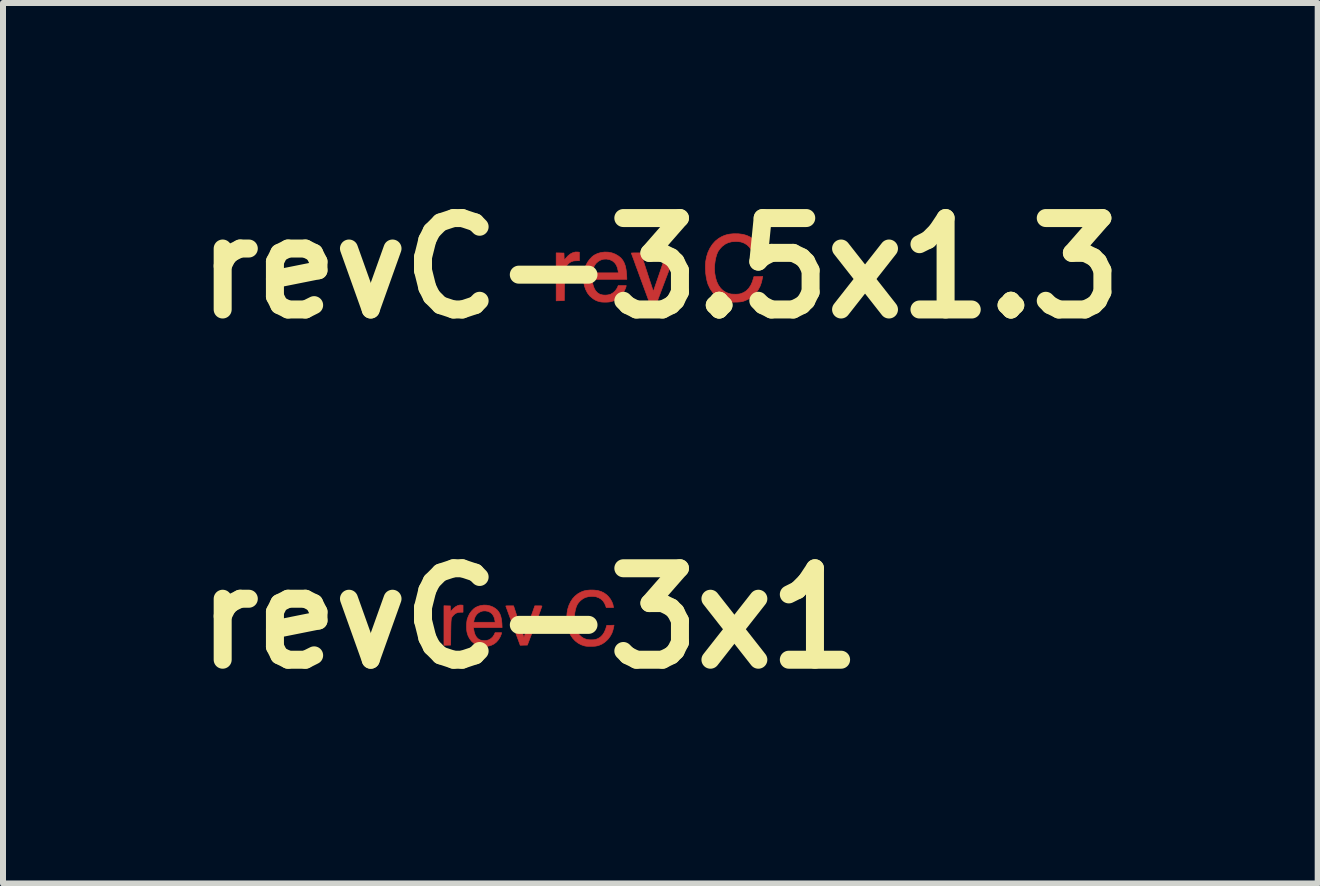
<source format=kicad_pcb>
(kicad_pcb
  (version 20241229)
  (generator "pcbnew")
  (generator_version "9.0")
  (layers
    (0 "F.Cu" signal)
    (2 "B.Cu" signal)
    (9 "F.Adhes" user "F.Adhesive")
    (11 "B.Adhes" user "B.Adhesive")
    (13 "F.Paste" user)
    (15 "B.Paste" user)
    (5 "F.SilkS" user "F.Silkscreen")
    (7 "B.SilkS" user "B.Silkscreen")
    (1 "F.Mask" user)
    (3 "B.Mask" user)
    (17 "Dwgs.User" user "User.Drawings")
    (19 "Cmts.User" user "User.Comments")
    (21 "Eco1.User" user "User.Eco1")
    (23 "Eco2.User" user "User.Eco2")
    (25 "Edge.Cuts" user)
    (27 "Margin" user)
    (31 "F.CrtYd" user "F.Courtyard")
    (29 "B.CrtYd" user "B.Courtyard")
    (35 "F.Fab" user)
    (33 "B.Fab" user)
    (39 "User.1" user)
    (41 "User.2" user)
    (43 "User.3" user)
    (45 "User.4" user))
  (footprint "revC-3.5x1.3"
    (layer "F.Cu")
    (at 7.954 1.418)
    (property "Reference" "revC-3.5x1.3" (at 0 0 0) (layer "F.SilkS") (effects (font (size 1.524 1.524) (thickness 0.3))))
    (attr through_hole)
    (fp_poly (pts (xy -1.372 -0.268) (xy -1.349 -0.265) (xy -1.349 -0.194) (xy -1.349 -0.124) (xy -1.399 -0.123) (xy -1.444 -0.12) (xy -1.481 -0.109) (xy -1.514 -0.089) (xy -1.539 -0.066) (xy -1.552 -0.052) (xy -1.562 -0.041) (xy -1.571 -0.029) (xy -1.577 -0.017) (xy -1.583 -0.002) (xy -1.587 0.016) (xy -1.59 0.039) (xy -1.592 0.067) (xy -1.594 0.102) (xy -1.595 0.145) (xy -1.596 0.198) (xy -1.596 0.261) (xy -1.597 0.281) (xy -1.6 0.541) (xy -1.668 0.543) (xy -1.736 0.545) (xy -1.736 -0.254) (xy -1.671 -0.253) (xy -1.606 -0.251) (xy -1.604 -0.192) (xy -1.602 -0.133) (xy -1.579 -0.162) (xy -1.54 -0.204) (xy -1.499 -0.237) (xy -1.457 -0.258) (xy -1.414 -0.269) (xy -1.372 -0.268)) (stroke (width 0.01) (type solid)) (fill yes) (layer "F.Cu"))
    (fp_poly (pts (xy -0.263 -0.059) (xy -0.246 -0.005) (xy -0.227 0.051) (xy -0.209 0.108) (xy -0.191 0.163) (xy -0.175 0.212) (xy -0.161 0.253) (xy -0.158 0.262) (xy -0.117 0.388) (xy -0.018 0.099) (xy 0.002 0.041) (xy 0.02 -0.014) (xy 0.038 -0.065) (xy 0.054 -0.112) (xy 0.068 -0.152) (xy 0.079 -0.184) (xy 0.087 -0.208) (xy 0.092 -0.221) (xy 0.092 -0.222) (xy 0.104 -0.254) (xy 0.176 -0.254) (xy 0.208 -0.254) (xy 0.23 -0.252) (xy 0.243 -0.25) (xy 0.248 -0.247) (xy 0.248 -0.246) (xy 0.246 -0.24) (xy 0.24 -0.222) (xy 0.23 -0.196) (xy 0.217 -0.161) (xy 0.201 -0.118) (xy 0.183 -0.069) (xy 0.162 -0.014) (xy 0.14 0.046) (xy 0.116 0.11) (xy 0.1 0.151) (xy -0.047 0.541) (xy -0.119 0.543) (xy -0.192 0.545) (xy -0.338 0.149) (xy -0.362 0.083) (xy -0.385 0.02) (xy -0.407 -0.038) (xy -0.426 -0.092) (xy -0.443 -0.139) (xy -0.458 -0.179) (xy -0.47 -0.211) (xy -0.478 -0.234) (xy -0.483 -0.248) (xy -0.484 -0.251) (xy -0.478 -0.252) (xy -0.463 -0.253) (xy -0.44 -0.254) (xy -0.411 -0.254) (xy -0.405 -0.254) (xy -0.327 -0.254) (xy -0.263 -0.059)) (stroke (width 0.01) (type solid)) (fill yes) (layer "F.Cu"))
    (fp_poly (pts (xy -0.867 -0.266) (xy -0.806 -0.254) (xy -0.748 -0.232) (xy -0.745 -0.23) (xy -0.698 -0.202) (xy -0.658 -0.17) (xy -0.626 -0.131) (xy -0.601 -0.085) (xy -0.582 -0.032) (xy -0.57 0.03) (xy -0.562 0.102) (xy -0.561 0.129) (xy -0.558 0.187) (xy -1.138 0.187) (xy -1.134 0.216) (xy -1.122 0.28) (xy -1.103 0.334) (xy -1.079 0.377) (xy -1.047 0.411) (xy -1.01 0.434) (xy -0.996 0.439) (xy -0.957 0.448) (xy -0.913 0.45) (xy -0.87 0.446) (xy -0.832 0.436) (xy -0.825 0.433) (xy -0.785 0.409) (xy -0.75 0.376) (xy -0.723 0.338) (xy -0.717 0.326) (xy -0.701 0.29) (xy -0.569 0.29) (xy -0.572 0.31) (xy -0.576 0.324) (xy -0.585 0.345) (xy -0.596 0.37) (xy -0.601 0.381) (xy -0.633 0.435) (xy -0.674 0.481) (xy -0.723 0.518) (xy -0.778 0.545) (xy -0.827 0.56) (xy -0.861 0.565) (xy -0.9 0.567) (xy -0.941 0.567) (xy -0.978 0.565) (xy -1.009 0.56) (xy -1.014 0.559) (xy -1.05 0.548) (xy -1.08 0.535) (xy -1.109 0.518) (xy -1.129 0.504) (xy -1.176 0.464) (xy -1.215 0.414) (xy -1.245 0.355) (xy -1.265 0.297) (xy -1.273 0.259) (xy -1.277 0.213) (xy -1.279 0.163) (xy -1.277 0.113) (xy -1.274 0.079) (xy -1.133 0.079) (xy -0.7 0.079) (xy -0.703 0.05) (xy -0.715 -0.006) (xy -0.735 -0.053) (xy -0.763 -0.091) (xy -0.798 -0.12) (xy -0.841 -0.14) (xy -0.846 -0.141) (xy -0.897 -0.151) (xy -0.946 -0.149) (xy -0.991 -0.136) (xy -1.032 -0.114) (xy -1.068 -0.083) (xy -1.097 -0.045) (xy -1.117 0.001) (xy -1.129 0.05) (xy -1.133 0.079) (xy -1.274 0.079) (xy -1.273 0.066) (xy -1.266 0.026) (xy -1.265 0.021) (xy -1.244 -0.039) (xy -1.215 -0.095) (xy -1.179 -0.146) (xy -1.138 -0.189) (xy -1.103 -0.216) (xy -1.049 -0.243) (xy -0.991 -0.26) (xy -0.929 -0.268) (xy -0.867 -0.266)) (stroke (width 0.01) (type solid)) (fill yes) (layer "F.Cu"))
    (fp_poly (pts (xy 1.303 -0.572) (xy 1.376 -0.563) (xy 1.442 -0.544) (xy 1.501 -0.516) (xy 1.555 -0.478) (xy 1.589 -0.445) (xy 1.63 -0.394) (xy 1.661 -0.34) (xy 1.683 -0.285) (xy 1.691 -0.245) (xy 1.695 -0.218) (xy 1.549 -0.218) (xy 1.539 -0.249) (xy 1.516 -0.304) (xy 1.484 -0.35) (xy 1.444 -0.388) (xy 1.396 -0.417) (xy 1.343 -0.436) (xy 1.321 -0.439) (xy 1.292 -0.442) (xy 1.262 -0.443) (xy 1.252 -0.443) (xy 1.188 -0.439) (xy 1.131 -0.424) (xy 1.081 -0.4) (xy 1.034 -0.365) (xy 1.014 -0.345) (xy 0.995 -0.323) (xy 0.977 -0.299) (xy 0.963 -0.279) (xy 0.96 -0.275) (xy 0.941 -0.23) (xy 0.925 -0.176) (xy 0.913 -0.116) (xy 0.905 -0.053) (xy 0.903 0.011) (xy 0.906 0.072) (xy 0.906 0.079) (xy 0.919 0.155) (xy 0.939 0.223) (xy 0.967 0.282) (xy 1.002 0.332) (xy 1.044 0.373) (xy 1.093 0.404) (xy 1.148 0.425) (xy 1.152 0.426) (xy 1.182 0.432) (xy 1.22 0.434) (xy 1.259 0.435) (xy 1.297 0.433) (xy 1.328 0.429) (xy 1.334 0.427) (xy 1.387 0.407) (xy 1.433 0.377) (xy 1.473 0.336) (xy 1.507 0.286) (xy 1.534 0.226) (xy 1.544 0.192) (xy 1.559 0.142) (xy 1.632 0.14) (xy 1.706 0.139) (xy 1.702 0.162) (xy 1.686 0.235) (xy 1.663 0.3) (xy 1.632 0.358) (xy 1.593 0.412) (xy 1.566 0.441) (xy 1.517 0.485) (xy 1.465 0.518) (xy 1.407 0.544) (xy 1.394 0.548) (xy 1.374 0.555) (xy 1.355 0.559) (xy 1.335 0.562) (xy 1.31 0.564) (xy 1.279 0.566) (xy 1.249 0.566) (xy 1.208 0.567) (xy 1.177 0.566) (xy 1.152 0.565) (xy 1.131 0.562) (xy 1.111 0.558) (xy 1.108 0.557) (xy 1.04 0.534) (xy 0.977 0.5) (xy 0.921 0.457) (xy 0.872 0.405) (xy 0.83 0.345) (xy 0.798 0.278) (xy 0.793 0.266) (xy 0.777 0.211) (xy 0.764 0.148) (xy 0.755 0.08) (xy 0.751 0.011) (xy 0.751 -0.056) (xy 0.755 -0.107) (xy 0.77 -0.189) (xy 0.794 -0.265) (xy 0.827 -0.334) (xy 0.867 -0.396) (xy 0.915 -0.45) (xy 0.97 -0.494) (xy 1.025 -0.526) (xy 1.069 -0.545) (xy 1.111 -0.558) (xy 1.156 -0.567) (xy 1.208 -0.572) (xy 1.222 -0.573) (xy 1.303 -0.572)) (stroke (width 0.01) (type solid)) (fill yes) (layer "F.Cu")))
  (footprint "revC-3x1"
    (layer "F.Cu")
    (at 5.777 7.254)
    (property "Reference" "revC-3x1" (at 0 0 0) (layer "F.SilkS") (effects (font (size 1.524 1.524) (thickness 0.3))))
    (attr through_hole)
    (fp_poly (pts (xy -1.13 -0.221) (xy -1.111 -0.218) (xy -1.111 -0.16) (xy -1.111 -0.102) (xy -1.152 -0.102) (xy -1.189 -0.099) (xy -1.22 -0.089) (xy -1.247 -0.073) (xy -1.268 -0.054) (xy -1.278 -0.043) (xy -1.286 -0.033) (xy -1.293 -0.024) (xy -1.299 -0.014) (xy -1.303 -0.002) (xy -1.307 0.013) (xy -1.309 0.032) (xy -1.311 0.055) (xy -1.312 0.084) (xy -1.313 0.12) (xy -1.314 0.163) (xy -1.315 0.215) (xy -1.315 0.232) (xy -1.317 0.446) (xy -1.429 0.449) (xy -1.429 -0.21) (xy -1.376 -0.208) (xy -1.322 -0.207) (xy -1.319 -0.109) (xy -1.301 -0.133) (xy -1.268 -0.168) (xy -1.234 -0.195) (xy -1.2 -0.213) (xy -1.164 -0.222) (xy -1.13 -0.221)) (stroke (width 0.01) (type solid)) (fill yes) (layer "F.Cu"))
    (fp_poly (pts (xy -0.217 -0.049) (xy -0.202 -0.004) (xy -0.187 0.042) (xy -0.172 0.089) (xy -0.157 0.134) (xy -0.144 0.174) (xy -0.133 0.208) (xy -0.13 0.216) (xy -0.096 0.319) (xy -0.015 0.081) (xy 0.001 0.034) (xy 0.017 -0.012) (xy 0.031 -0.054) (xy 0.044 -0.092) (xy 0.056 -0.125) (xy 0.065 -0.151) (xy 0.072 -0.171) (xy 0.076 -0.182) (xy 0.076 -0.183) (xy 0.085 -0.209) (xy 0.145 -0.209) (xy 0.172 -0.209) (xy 0.19 -0.208) (xy 0.2 -0.206) (xy 0.204 -0.204) (xy 0.204 -0.203) (xy 0.202 -0.197) (xy 0.197 -0.183) (xy 0.189 -0.161) (xy 0.179 -0.132) (xy 0.166 -0.097) (xy 0.151 -0.057) (xy 0.134 -0.011) (xy 0.115 0.038) (xy 0.095 0.09) (xy 0.083 0.125) (xy -0.039 0.446) (xy -0.098 0.447) (xy -0.158 0.449) (xy -0.278 0.122) (xy -0.298 0.068) (xy -0.317 0.016) (xy -0.335 -0.032) (xy -0.351 -0.075) (xy -0.365 -0.114) (xy -0.377 -0.147) (xy -0.387 -0.174) (xy -0.394 -0.193) (xy -0.398 -0.204) (xy -0.398 -0.206) (xy -0.394 -0.207) (xy -0.381 -0.208) (xy -0.362 -0.209) (xy -0.339 -0.209) (xy -0.334 -0.209) (xy -0.269 -0.209) (xy -0.217 -0.049)) (stroke (width 0.01) (type solid)) (fill yes) (layer "F.Cu"))
    (fp_poly (pts (xy -0.714 -0.219) (xy -0.664 -0.209) (xy -0.616 -0.191) (xy -0.614 -0.19) (xy -0.575 -0.167) (xy -0.542 -0.14) (xy -0.516 -0.108) (xy -0.495 -0.07) (xy -0.48 -0.026) (xy -0.469 0.025) (xy -0.463 0.084) (xy -0.462 0.106) (xy -0.46 0.154) (xy -0.937 0.154) (xy -0.934 0.178) (xy -0.924 0.231) (xy -0.909 0.275) (xy -0.888 0.311) (xy -0.863 0.338) (xy -0.832 0.357) (xy -0.82 0.362) (xy -0.788 0.369) (xy -0.752 0.371) (xy -0.717 0.368) (xy -0.685 0.359) (xy -0.679 0.357) (xy -0.646 0.337) (xy -0.617 0.31) (xy -0.595 0.278) (xy -0.59 0.268) (xy -0.577 0.239) (xy -0.468 0.239) (xy -0.471 0.255) (xy -0.475 0.267) (xy -0.482 0.284) (xy -0.49 0.305) (xy -0.495 0.314) (xy -0.522 0.358) (xy -0.555 0.396) (xy -0.595 0.427) (xy -0.64 0.449) (xy -0.681 0.461) (xy -0.709 0.465) (xy -0.741 0.467) (xy -0.775 0.467) (xy -0.806 0.465) (xy -0.831 0.462) (xy -0.835 0.461) (xy -0.865 0.452) (xy -0.889 0.441) (xy -0.914 0.427) (xy -0.93 0.415) (xy -0.968 0.382) (xy -1 0.341) (xy -1.026 0.293) (xy -1.042 0.245) (xy -1.048 0.214) (xy -1.052 0.176) (xy -1.053 0.135) (xy -1.052 0.093) (xy -1.049 0.065) (xy -0.933 0.065) (xy -0.576 0.065) (xy -0.579 0.041) (xy -0.589 -0.005) (xy -0.605 -0.043) (xy -0.628 -0.075) (xy -0.657 -0.099) (xy -0.693 -0.115) (xy -0.697 -0.117) (xy -0.739 -0.124) (xy -0.779 -0.123) (xy -0.816 -0.112) (xy -0.85 -0.094) (xy -0.879 -0.069) (xy -0.903 -0.037) (xy -0.92 0.001) (xy -0.93 0.041) (xy -0.933 0.065) (xy -1.049 0.065) (xy -1.048 0.054) (xy -1.043 0.021) (xy -1.042 0.017) (xy -1.024 -0.032) (xy -1.001 -0.079) (xy -0.971 -0.12) (xy -0.937 -0.155) (xy -0.908 -0.178) (xy -0.864 -0.2) (xy -0.816 -0.214) (xy -0.765 -0.221) (xy -0.714 -0.219)) (stroke (width 0.01) (type solid)) (fill yes) (layer "F.Cu"))
    (fp_poly (pts (xy 1.073 -0.471) (xy 1.133 -0.464) (xy 1.188 -0.448) (xy 1.236 -0.425) (xy 1.28 -0.394) (xy 1.308 -0.367) (xy 1.342 -0.325) (xy 1.368 -0.28) (xy 1.386 -0.235) (xy 1.393 -0.201) (xy 1.396 -0.179) (xy 1.276 -0.179) (xy 1.267 -0.205) (xy 1.248 -0.25) (xy 1.222 -0.289) (xy 1.189 -0.32) (xy 1.15 -0.343) (xy 1.106 -0.359) (xy 1.088 -0.362) (xy 1.064 -0.364) (xy 1.039 -0.365) (xy 1.031 -0.365) (xy 0.979 -0.361) (xy 0.932 -0.349) (xy 0.89 -0.329) (xy 0.852 -0.3) (xy 0.835 -0.284) (xy 0.819 -0.266) (xy 0.804 -0.247) (xy 0.793 -0.23) (xy 0.791 -0.226) (xy 0.775 -0.189) (xy 0.762 -0.145) (xy 0.752 -0.095) (xy 0.746 -0.043) (xy 0.743 0.009) (xy 0.746 0.059) (xy 0.746 0.065) (xy 0.757 0.128) (xy 0.774 0.183) (xy 0.796 0.232) (xy 0.825 0.273) (xy 0.86 0.307) (xy 0.9 0.333) (xy 0.946 0.35) (xy 0.949 0.351) (xy 0.974 0.355) (xy 1.004 0.358) (xy 1.037 0.358) (xy 1.068 0.357) (xy 1.094 0.353) (xy 1.099 0.352) (xy 1.142 0.335) (xy 1.18 0.31) (xy 1.213 0.277) (xy 1.241 0.235) (xy 1.263 0.186) (xy 1.272 0.158) (xy 1.284 0.117) (xy 1.344 0.116) (xy 1.405 0.114) (xy 1.402 0.133) (xy 1.388 0.194) (xy 1.37 0.247) (xy 1.344 0.295) (xy 1.312 0.339) (xy 1.29 0.363) (xy 1.249 0.399) (xy 1.207 0.427) (xy 1.159 0.448) (xy 1.148 0.452) (xy 1.131 0.457) (xy 1.116 0.46) (xy 1.099 0.463) (xy 1.079 0.465) (xy 1.053 0.466) (xy 1.028 0.466) (xy 0.995 0.467) (xy 0.969 0.466) (xy 0.949 0.465) (xy 0.932 0.463) (xy 0.915 0.459) (xy 0.912 0.459) (xy 0.856 0.44) (xy 0.805 0.412) (xy 0.758 0.376) (xy 0.718 0.333) (xy 0.684 0.284) (xy 0.657 0.229) (xy 0.653 0.219) (xy 0.64 0.174) (xy 0.629 0.122) (xy 0.622 0.066) (xy 0.618 0.009) (xy 0.619 -0.046) (xy 0.622 -0.088) (xy 0.634 -0.156) (xy 0.654 -0.218) (xy 0.681 -0.275) (xy 0.714 -0.326) (xy 0.754 -0.37) (xy 0.799 -0.407) (xy 0.844 -0.433) (xy 0.88 -0.449) (xy 0.915 -0.46) (xy 0.952 -0.467) (xy 0.995 -0.471) (xy 1.006 -0.472) (xy 1.073 -0.471)) (stroke (width 0.01) (type solid)) (fill yes) (layer "F.Cu")))
  (gr_rect
    (start -3 -3)
    (end 18.908 11.672)
    (stroke (width 0.1) (type default))
    (fill no)
    (layer "Edge.Cuts")))
</source>
